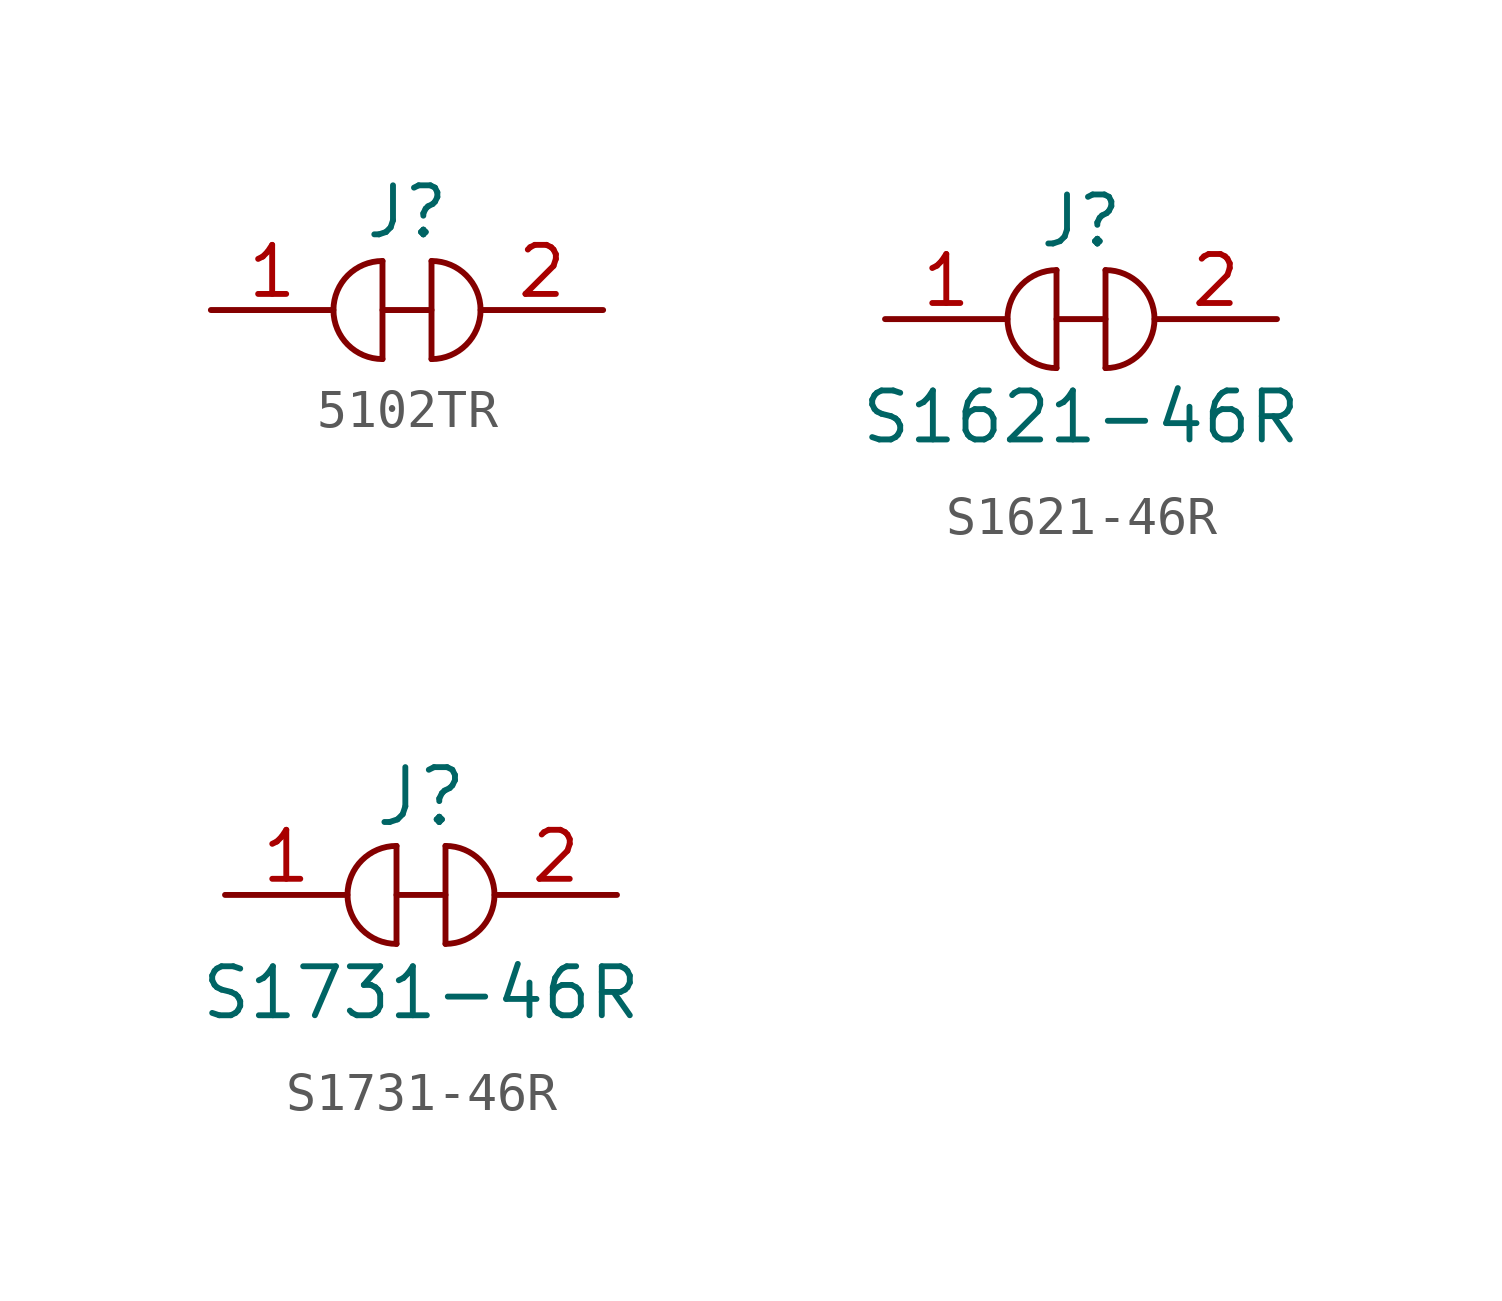
<source format=kicad_sym>
(kicad_symbol_lib
  (version 20231120)
  (generator "kicad_symbol_editor")
  (generator_version "8.0")
  (symbol "5102TR"
    (pin_names
      (offset 1.016))
    (property "Reference" "J"
      (at 0 2.54 0)
      (effects (font (size 1.27 1.27))))
    (symbol "5102TR_1_1"
      (arc (start -0.635 1.27) (mid -1.8995 0) (end -0.635 -1.27) (stroke (width 0) (type default)) (fill (type none)))
      (polyline (pts (xy -0.635 0) (xy 0.635 0)) (stroke (width 0) (type default)) (fill (type none)))
      (polyline (pts (xy -0.635 1.27) (xy -0.635 -1.27)) (stroke (width 0) (type default)) (fill (type none)))
      (polyline (pts (xy 0.635 1.27) (xy 0.635 -1.27)) (stroke (width 0) (type default)) (fill (type none)))
      (arc (start 0.635 -1.27) (mid 1.8995 0) (end 0.635 1.27) (stroke (width 0) (type default)) (fill (type none)))
      (pin passive line (at -5.08 0 0) (length 3.175) (name "~" (effects (font (size 1.27 1.27)))) (number "1" (effects (font (size 1.27 1.27)))))
      (pin passive line (at 5.08 0 180) (length 3.175) (name "~" (effects (font (size 1.27 1.27)))) (number "2" (effects (font (size 1.27 1.27)))))))
  (symbol "S1621-46R"
    (pin_names
      (offset 1.016))
    (property "Reference" "J"
      (at 0 2.54 0)
      (effects (font (size 1.27 1.27))))
    (property "Value" "S1621-46R"
      (at 0 -2.54 0)
      (effects (font (size 1.27 1.27))))
    (symbol "S1621-46R_1_1"
      (arc (start -0.635 1.27) (mid -1.8995 0) (end -0.635 -1.27) (stroke (width 0) (type default)) (fill (type none)))
      (polyline (pts (xy -0.635 0) (xy 0.635 0)) (stroke (width 0) (type default)) (fill (type none)))
      (polyline (pts (xy -0.635 1.27) (xy -0.635 -1.27)) (stroke (width 0) (type default)) (fill (type none)))
      (polyline (pts (xy 0.635 1.27) (xy 0.635 -1.27)) (stroke (width 0) (type default)) (fill (type none)))
      (arc (start 0.635 -1.27) (mid 1.8995 0) (end 0.635 1.27) (stroke (width 0) (type default)) (fill (type none)))
      (pin passive line (at -5.08 0 0) (length 3.175) (name "~" (effects (font (size 1.27 1.27)))) (number "1" (effects (font (size 1.27 1.27)))))
      (pin passive line (at 5.08 0 180) (length 3.175) (name "~" (effects (font (size 1.27 1.27)))) (number "2" (effects (font (size 1.27 1.27)))))))
  (symbol "S1731-46R"
    (pin_names
      (offset 1.016))
    (property "Reference" "J"
      (at 0 2.54 0)
      (effects (font (size 1.422 1.422))))
    (property "Value" "S1731-46R"
      (at 0 -2.54 0)
      (effects (font (size 1.27 1.27))))
    (symbol "S1731-46R_1_1"
      (arc (start -0.635 1.27) (mid -1.8995 0) (end -0.635 -1.27) (stroke (width 0) (type default)) (fill (type none)))
      (polyline (pts (xy -0.635 0) (xy 0.635 0)) (stroke (width 0) (type default)) (fill (type none)))
      (polyline (pts (xy -0.635 1.27) (xy -0.635 -1.27)) (stroke (width 0) (type default)) (fill (type none)))
      (polyline (pts (xy 0.635 1.27) (xy 0.635 -1.27)) (stroke (width 0) (type default)) (fill (type none)))
      (arc (start 0.635 -1.27) (mid 1.8995 0) (end 0.635 1.27) (stroke (width 0) (type default)) (fill (type none)))
      (pin passive line (at -5.08 0 0) (length 3.175) (name "~" (effects (font (size 1.27 1.27)))) (number "1" (effects (font (size 1.27 1.27)))))
      (pin passive line (at 5.08 0 180) (length 3.175) (name "~" (effects (font (size 1.27 1.27)))) (number "2" (effects (font (size 1.27 1.27))))))))
</source>
